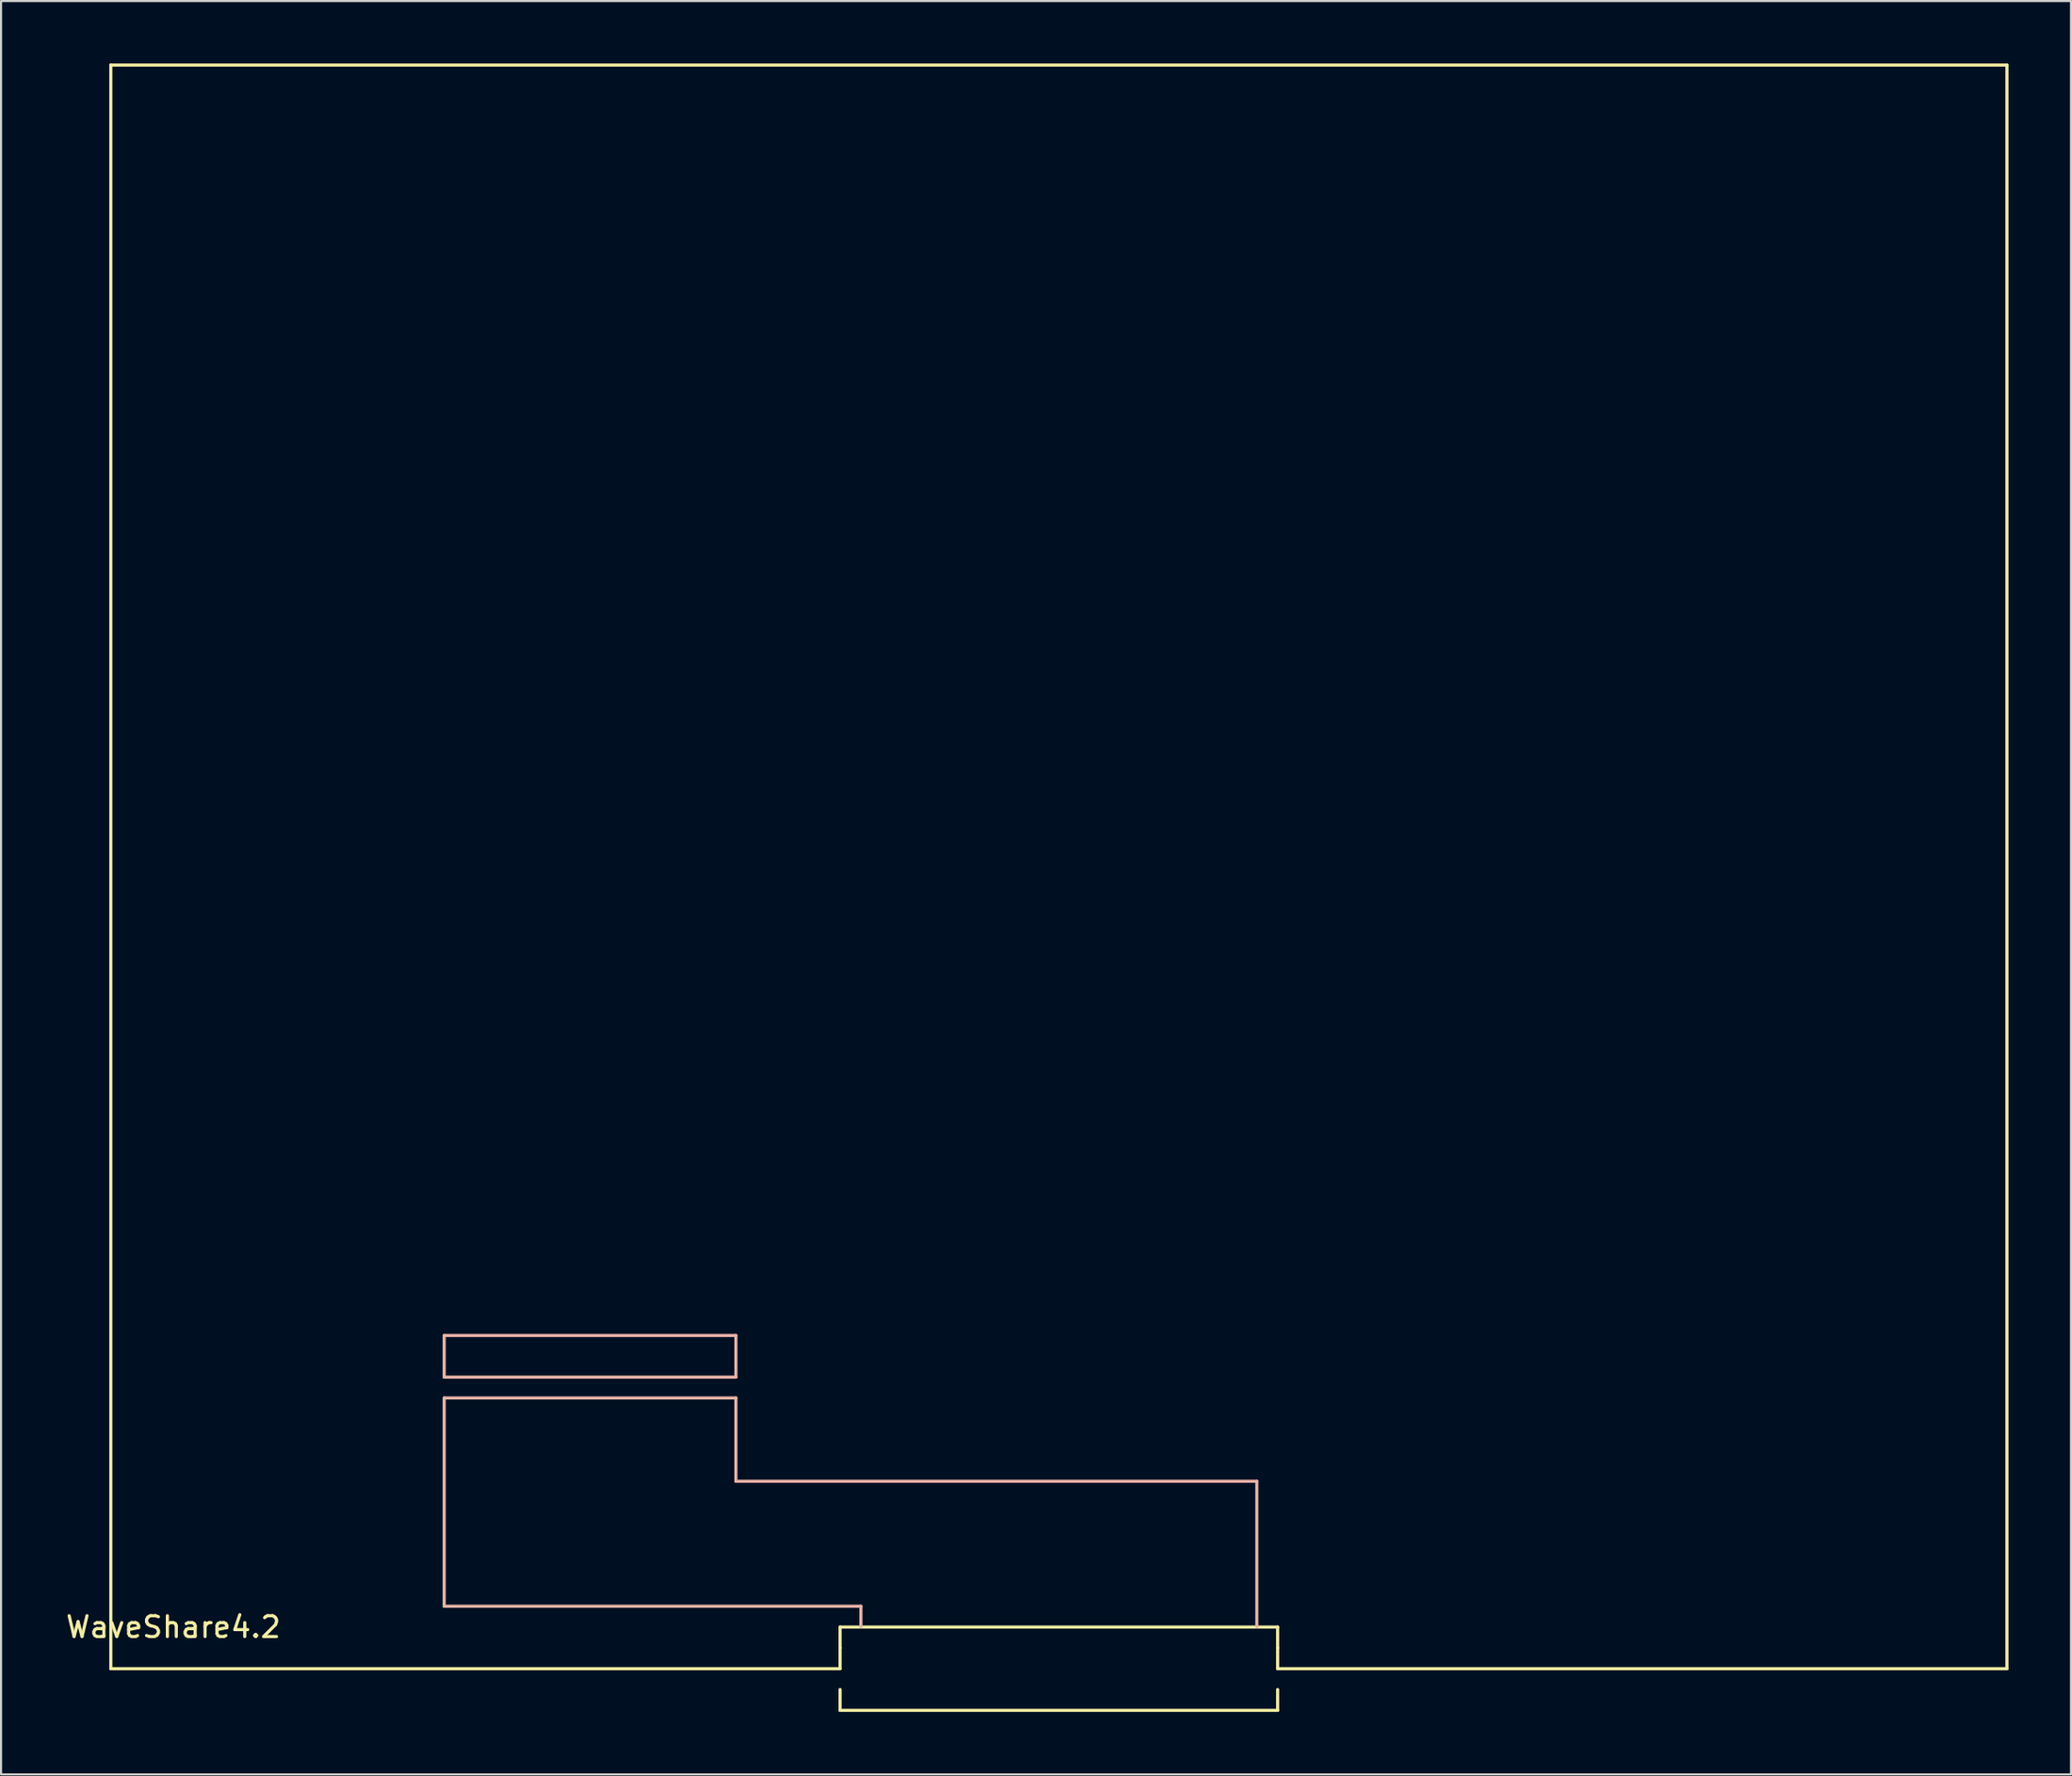
<source format=kicad_pcb>
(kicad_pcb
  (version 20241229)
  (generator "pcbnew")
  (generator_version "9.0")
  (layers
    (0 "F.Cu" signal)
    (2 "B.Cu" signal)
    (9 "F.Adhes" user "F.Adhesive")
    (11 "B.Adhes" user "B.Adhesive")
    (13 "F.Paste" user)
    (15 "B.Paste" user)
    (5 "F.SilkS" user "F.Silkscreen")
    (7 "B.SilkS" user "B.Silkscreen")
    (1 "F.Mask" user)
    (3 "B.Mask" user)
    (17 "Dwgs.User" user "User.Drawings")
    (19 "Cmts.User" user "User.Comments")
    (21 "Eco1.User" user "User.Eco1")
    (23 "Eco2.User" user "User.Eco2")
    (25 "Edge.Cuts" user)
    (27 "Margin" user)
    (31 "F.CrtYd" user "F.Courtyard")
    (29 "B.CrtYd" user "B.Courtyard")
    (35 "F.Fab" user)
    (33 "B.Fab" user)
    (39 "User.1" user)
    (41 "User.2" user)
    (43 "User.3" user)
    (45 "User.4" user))
  (footprint "WaveShare4.2"
    (layer "F.Cu")
    (at 2.268 77.075)
    (property "Reference" "WaveShare4.2" (at 3 -2 0) (layer "F.SilkS") (effects (font (size 1 1) (thickness 0.15))))
    (attr through_hole)
    (fp_line (start 0 -77) (end 0 0) (stroke (width 0.15) (type solid)) (layer "F.SilkS"))
    (fp_line (start 0 0) (end 35 0) (stroke (width 0.15) (type solid)) (layer "F.SilkS"))
    (fp_line (start 35 -2) (end 56 -2) (stroke (width 0.15) (type solid)) (layer "F.SilkS"))
    (fp_line (start 35 -1) (end 35 -2) (stroke (width 0.15) (type solid)) (layer "F.SilkS"))
    (fp_line (start 35 0) (end 35 -1) (stroke (width 0.15) (type solid)) (layer "F.SilkS"))
    (fp_line (start 35 1) (end 35 2) (stroke (width 0.15) (type solid)) (layer "F.SilkS"))
    (fp_line (start 35 2) (end 56 2) (stroke (width 0.15) (type solid)) (layer "F.SilkS"))
    (fp_line (start 56 -2) (end 56 -1) (stroke (width 0.15) (type solid)) (layer "F.SilkS"))
    (fp_line (start 56 0) (end 56 -1) (stroke (width 0.15) (type solid)) (layer "F.SilkS"))
    (fp_line (start 56 0) (end 91 0) (stroke (width 0.15) (type solid)) (layer "F.SilkS"))
    (fp_line (start 56 2) (end 56 1) (stroke (width 0.15) (type solid)) (layer "F.SilkS"))
    (fp_line (start 91 -77) (end 0 -77) (stroke (width 0.15) (type solid)) (layer "F.SilkS"))
    (fp_line (start 91 0) (end 91 -77) (stroke (width 0.15) (type solid)) (layer "F.SilkS"))
    (fp_line (start 16 -16) (end 16 -14) (stroke (width 0.15) (type solid)) (layer "B.SilkS"))
    (fp_line (start 16 -3) (end 16 -13) (stroke (width 0.15) (type solid)) (layer "B.SilkS"))
    (fp_line (start 16 -3) (end 36 -3) (stroke (width 0.15) (type solid)) (layer "B.SilkS"))
    (fp_line (start 30 -16) (end 16 -16) (stroke (width 0.15) (type solid)) (layer "B.SilkS"))
    (fp_line (start 30 -16) (end 30 -14) (stroke (width 0.15) (type solid)) (layer "B.SilkS"))
    (fp_line (start 30 -14) (end 16 -14) (stroke (width 0.15) (type solid)) (layer "B.SilkS"))
    (fp_line (start 30 -13) (end 16 -13) (stroke (width 0.15) (type solid)) (layer "B.SilkS"))
    (fp_line (start 30 -9) (end 30 -13) (stroke (width 0.15) (type solid)) (layer "B.SilkS"))
    (fp_line (start 36 -3) (end 36 -2) (stroke (width 0.15) (type solid)) (layer "B.SilkS"))
    (fp_line (start 55 -9) (end 30 -9) (stroke (width 0.15) (type solid)) (layer "B.SilkS"))
    (fp_line (start 55 -9) (end 55 -2) (stroke (width 0.15) (type solid)) (layer "B.SilkS")))
  (gr_rect
    (start -3 -3)
    (end 96.343 82.15)
    (stroke (width 0.1) (type default))
    (fill no)
    (layer "Edge.Cuts")))
</source>
